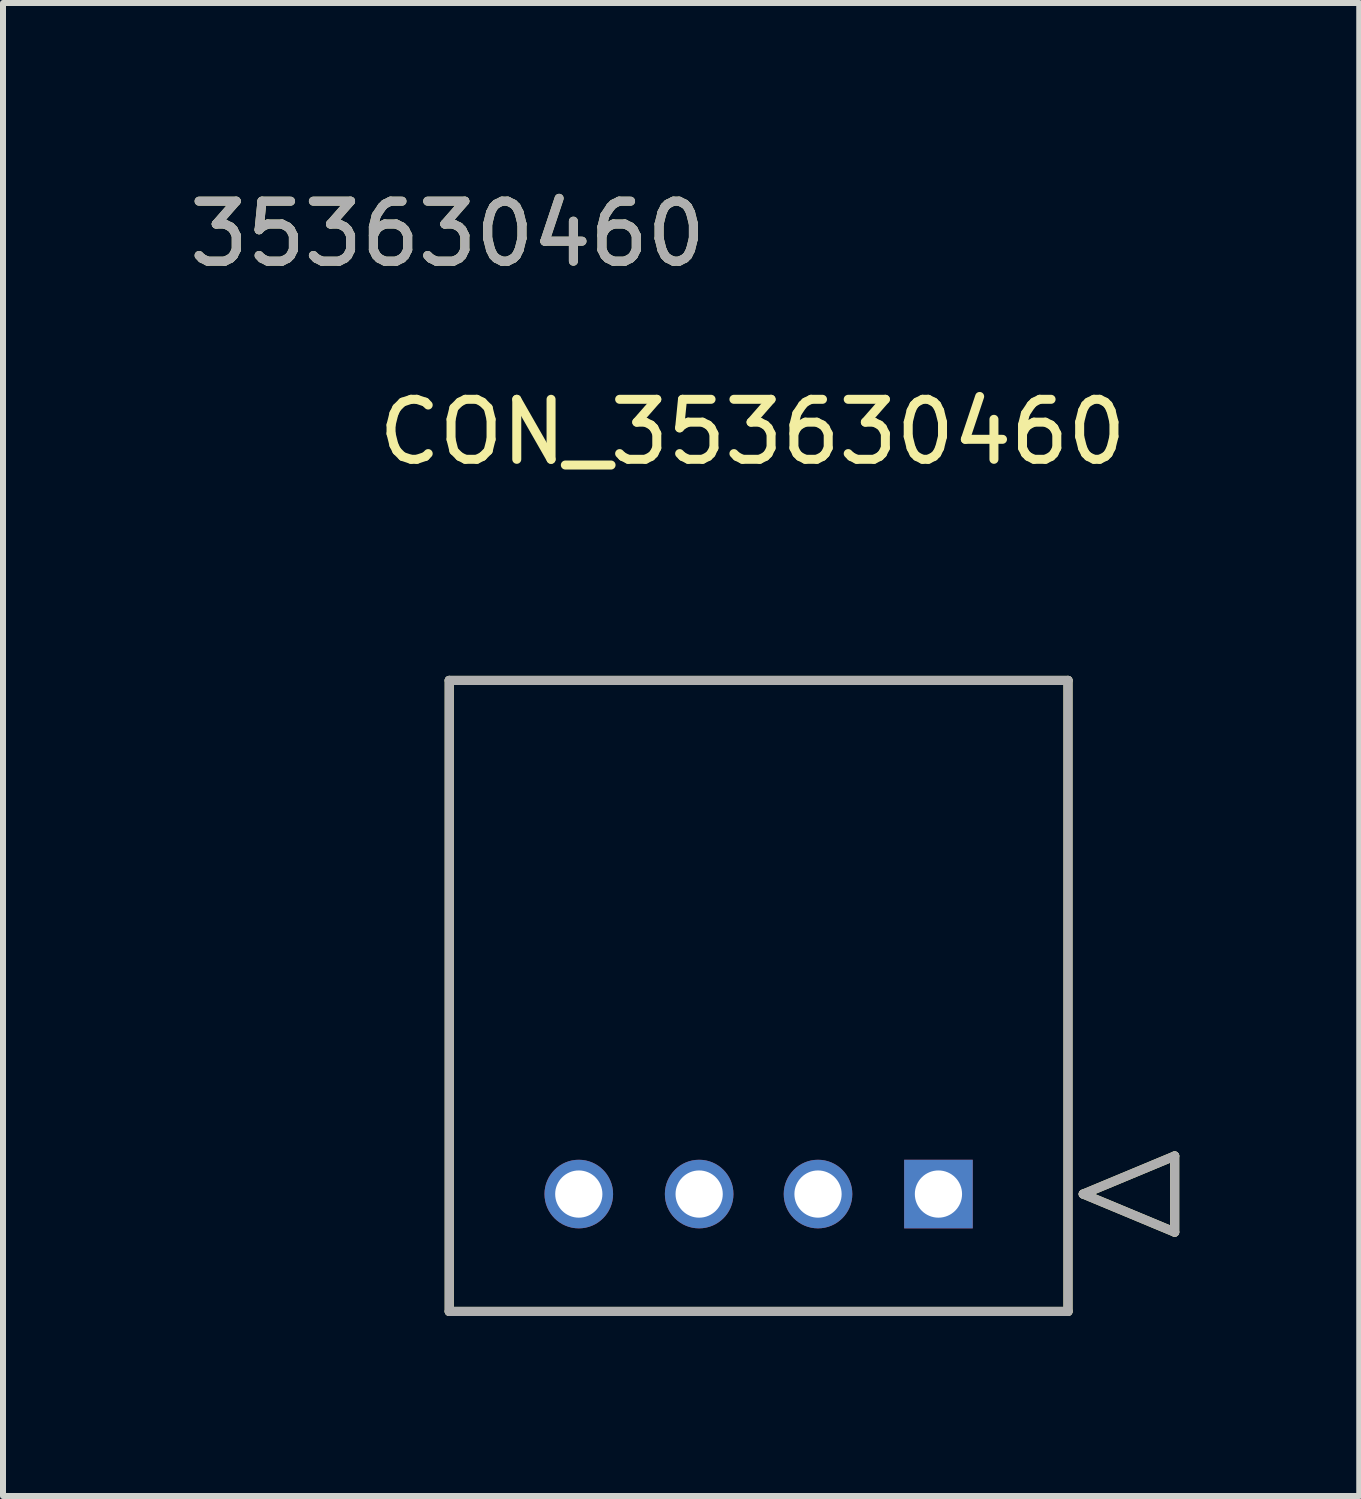
<source format=kicad_pcb>
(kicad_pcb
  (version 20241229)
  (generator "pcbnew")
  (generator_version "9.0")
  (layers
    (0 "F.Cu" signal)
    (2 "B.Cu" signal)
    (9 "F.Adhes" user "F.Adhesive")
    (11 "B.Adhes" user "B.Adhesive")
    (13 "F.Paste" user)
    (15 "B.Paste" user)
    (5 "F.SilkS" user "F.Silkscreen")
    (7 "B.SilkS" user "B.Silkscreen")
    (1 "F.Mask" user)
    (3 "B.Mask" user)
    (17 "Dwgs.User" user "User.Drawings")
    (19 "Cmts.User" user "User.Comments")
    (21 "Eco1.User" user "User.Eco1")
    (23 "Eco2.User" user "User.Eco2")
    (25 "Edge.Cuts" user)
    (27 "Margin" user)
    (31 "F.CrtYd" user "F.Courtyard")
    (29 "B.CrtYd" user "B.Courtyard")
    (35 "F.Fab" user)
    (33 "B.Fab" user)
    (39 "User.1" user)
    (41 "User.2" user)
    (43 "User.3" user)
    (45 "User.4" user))
  (footprint "CON_353630460"
    (layer "F.Cu")
    (at 12.59 16.85)
    (property "Reference" "CON_353630460" (at -3.099 -12.7 0) (layer "F.SilkS") (effects (font (size 1 1) (thickness 0.15))))
    (attr through_hole)
    (fp_line (start -8.153 -8.56) (end -8.153 1.956) (stroke (width 0.152) (type solid)) (layer "F.SilkS"))
    (fp_line (start -8.153 1.956) (end 2.159 1.956) (stroke (width 0.152) (type solid)) (layer "F.SilkS"))
    (fp_line (start 2.159 -8.56) (end -8.153 -8.56) (stroke (width 0.152) (type solid)) (layer "F.SilkS"))
    (fp_line (start 2.159 1.956) (end 2.159 -8.56) (stroke (width 0.152) (type solid)) (layer "F.SilkS"))
    (fp_line (start 2.413 0) (end 3.937 -0.635) (stroke (width 0.152) (type solid)) (layer "F.SilkS"))
    (fp_line (start 3.937 -0.635) (end 3.937 0.635) (stroke (width 0.152) (type solid)) (layer "F.SilkS"))
    (fp_line (start 3.937 0.635) (end 2.413 0) (stroke (width 0.152) (type solid)) (layer "F.SilkS"))
    (fp_line (start -8.153 -8.56) (end -8.153 1.956) (stroke (width 0.152) (type solid)) (layer "F.Fab"))
    (fp_line (start -8.153 1.956) (end 2.159 1.956) (stroke (width 0.152) (type solid)) (layer "F.Fab"))
    (fp_line (start 2.159 -8.56) (end -8.153 -8.56) (stroke (width 0.152) (type solid)) (layer "F.Fab"))
    (fp_line (start 2.159 1.956) (end 2.159 -8.56) (stroke (width 0.152) (type solid)) (layer "F.Fab"))
    (fp_line (start 2.413 0) (end 3.937 -0.635) (stroke (width 0.152) (type solid)) (layer "F.Fab"))
    (fp_line (start 3.937 -0.635) (end 3.937 0.635) (stroke (width 0.152) (type solid)) (layer "F.Fab"))
    (fp_line (start 3.937 0.635) (end 2.413 0) (stroke (width 0.152) (type solid)) (layer "F.Fab"))
    (fp_text user "353630460" (at -8.179 -16.002 0) (layer "F.SilkS") (effects (font (size 1 1) (thickness 0.15))))
    (fp_text user "353630460" (at -8.179 -16.002 0) (layer "F.Fab") (effects (font (size 1 1) (thickness 0.15))))
    (pad "1" thru_hole rect (at 0 0) (size 1.143 1.143) (drill 0.787) (layers "*.Cu" "*.Mask"))
    (pad "2" thru_hole circle (at -2.007 0) (size 1.143 1.143) (drill 0.787) (layers "*.Cu" "*.Mask"))
    (pad "3" thru_hole circle (at -3.988 0) (size 1.143 1.143) (drill 0.787) (layers "*.Cu" "*.Mask"))
    (pad "4" thru_hole circle (at -5.994 0) (size 1.143 1.143) (drill 0.787) (layers "*.Cu" "*.Mask")))
  (gr_rect
    (start -3 -3)
    (end 19.603 21.882)
    (stroke (width 0.1) (type default))
    (fill no)
    (layer "Edge.Cuts")))
</source>
